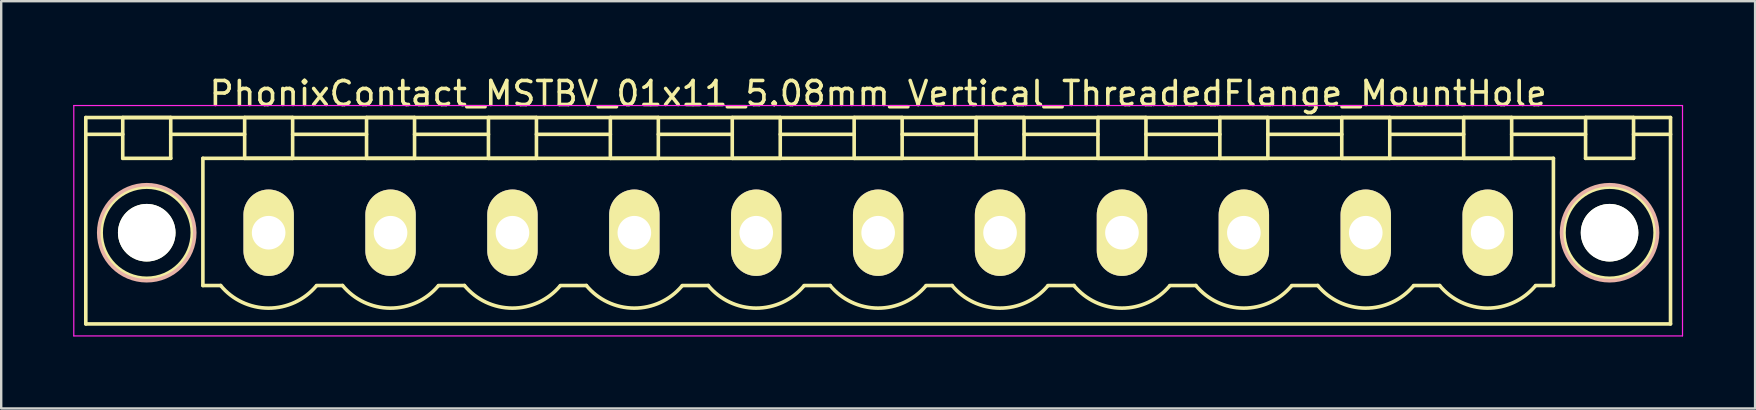
<source format=kicad_pcb>
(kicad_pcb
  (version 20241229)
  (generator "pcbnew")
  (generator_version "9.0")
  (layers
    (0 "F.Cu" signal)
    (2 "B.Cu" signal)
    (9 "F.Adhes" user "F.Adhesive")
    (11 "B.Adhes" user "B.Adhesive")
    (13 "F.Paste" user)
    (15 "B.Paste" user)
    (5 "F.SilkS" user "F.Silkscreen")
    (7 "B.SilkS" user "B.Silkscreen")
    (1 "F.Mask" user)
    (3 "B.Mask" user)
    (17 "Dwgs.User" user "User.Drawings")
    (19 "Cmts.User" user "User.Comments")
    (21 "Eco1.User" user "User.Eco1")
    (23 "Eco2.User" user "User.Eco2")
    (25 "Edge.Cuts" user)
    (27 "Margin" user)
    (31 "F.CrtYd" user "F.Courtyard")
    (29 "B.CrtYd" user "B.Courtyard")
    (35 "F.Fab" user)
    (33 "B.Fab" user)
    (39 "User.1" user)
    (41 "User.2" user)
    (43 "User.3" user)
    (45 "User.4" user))
  (footprint "PhonixContact_MSTBV_01x11_5.08mm_Vertical_ThreadedFlange_MountHole"
    (layer "F.Cu")
    (at 8.145 6.648)
    (property "Reference" "PhonixContact_MSTBV_01x11_5.08mm_Vertical_ThreadedFlange_MountHole" (at 25.4 -5.8 0) (layer "F.SilkS") (effects (font (size 1 1) (thickness 0.15))))
    (attr through_hole)
    (fp_line (start -7.62 -4.8) (end -7.62 3.8) (stroke (width 0.15) (type solid)) (layer "F.SilkS"))
    (fp_line (start -7.62 -4.1) (end -6.08 -4.1) (stroke (width 0.15) (type solid)) (layer "F.SilkS"))
    (fp_line (start -7.62 3.8) (end 58.42 3.8) (stroke (width 0.15) (type solid)) (layer "F.SilkS"))
    (fp_line (start -6.08 -4.8) (end -4.08 -4.8) (stroke (width 0.15) (type solid)) (layer "F.SilkS"))
    (fp_line (start -6.08 -3.1) (end -6.08 -4.8) (stroke (width 0.15) (type solid)) (layer "F.SilkS"))
    (fp_line (start -4.08 -4.8) (end -4.08 -3.1) (stroke (width 0.15) (type solid)) (layer "F.SilkS"))
    (fp_line (start -4.08 -4.1) (end -1 -4.1) (stroke (width 0.15) (type solid)) (layer "F.SilkS"))
    (fp_line (start -4.08 -3.1) (end -6.08 -3.1) (stroke (width 0.15) (type solid)) (layer "F.SilkS"))
    (fp_line (start -2.74 -3.1) (end 53.54 -3.1) (stroke (width 0.15) (type solid)) (layer "F.SilkS"))
    (fp_line (start -2.74 2.2) (end -2.74 -3.1) (stroke (width 0.15) (type solid)) (layer "F.SilkS"))
    (fp_line (start -2 2.2) (end -2.74 2.2) (stroke (width 0.15) (type solid)) (layer "F.SilkS"))
    (fp_line (start -1 -4.8) (end 1 -4.8) (stroke (width 0.15) (type solid)) (layer "F.SilkS"))
    (fp_line (start -1 -3.1) (end -1 -4.8) (stroke (width 0.15) (type solid)) (layer "F.SilkS"))
    (fp_line (start 1 -4.8) (end 1 -3.1) (stroke (width 0.15) (type solid)) (layer "F.SilkS"))
    (fp_line (start 1 -4.1) (end 4.08 -4.1) (stroke (width 0.15) (type solid)) (layer "F.SilkS"))
    (fp_line (start 1 -3.1) (end -1 -3.1) (stroke (width 0.15) (type solid)) (layer "F.SilkS"))
    (fp_line (start 2 2.2) (end 3.08 2.2) (stroke (width 0.15) (type solid)) (layer "F.SilkS"))
    (fp_line (start 4.08 -4.8) (end 6.08 -4.8) (stroke (width 0.15) (type solid)) (layer "F.SilkS"))
    (fp_line (start 4.08 -3.1) (end 4.08 -4.8) (stroke (width 0.15) (type solid)) (layer "F.SilkS"))
    (fp_line (start 6.08 -4.8) (end 6.08 -3.1) (stroke (width 0.15) (type solid)) (layer "F.SilkS"))
    (fp_line (start 6.08 -4.1) (end 9.16 -4.1) (stroke (width 0.15) (type solid)) (layer "F.SilkS"))
    (fp_line (start 6.08 -3.1) (end 4.08 -3.1) (stroke (width 0.15) (type solid)) (layer "F.SilkS"))
    (fp_line (start 7.08 2.2) (end 8.16 2.2) (stroke (width 0.15) (type solid)) (layer "F.SilkS"))
    (fp_line (start 9.16 -4.8) (end 11.16 -4.8) (stroke (width 0.15) (type solid)) (layer "F.SilkS"))
    (fp_line (start 9.16 -3.1) (end 9.16 -4.8) (stroke (width 0.15) (type solid)) (layer "F.SilkS"))
    (fp_line (start 11.16 -4.8) (end 11.16 -3.1) (stroke (width 0.15) (type solid)) (layer "F.SilkS"))
    (fp_line (start 11.16 -4.1) (end 14.24 -4.1) (stroke (width 0.15) (type solid)) (layer "F.SilkS"))
    (fp_line (start 11.16 -3.1) (end 9.16 -3.1) (stroke (width 0.15) (type solid)) (layer "F.SilkS"))
    (fp_line (start 12.16 2.2) (end 13.24 2.2) (stroke (width 0.15) (type solid)) (layer "F.SilkS"))
    (fp_line (start 14.24 -4.8) (end 16.24 -4.8) (stroke (width 0.15) (type solid)) (layer "F.SilkS"))
    (fp_line (start 14.24 -3.1) (end 14.24 -4.8) (stroke (width 0.15) (type solid)) (layer "F.SilkS"))
    (fp_line (start 16.24 -4.8) (end 16.24 -3.1) (stroke (width 0.15) (type solid)) (layer "F.SilkS"))
    (fp_line (start 16.24 -4.1) (end 19.32 -4.1) (stroke (width 0.15) (type solid)) (layer "F.SilkS"))
    (fp_line (start 16.24 -3.1) (end 14.24 -3.1) (stroke (width 0.15) (type solid)) (layer "F.SilkS"))
    (fp_line (start 17.24 2.2) (end 18.32 2.2) (stroke (width 0.15) (type solid)) (layer "F.SilkS"))
    (fp_line (start 19.32 -4.8) (end 21.32 -4.8) (stroke (width 0.15) (type solid)) (layer "F.SilkS"))
    (fp_line (start 19.32 -3.1) (end 19.32 -4.8) (stroke (width 0.15) (type solid)) (layer "F.SilkS"))
    (fp_line (start 21.32 -4.8) (end 21.32 -3.1) (stroke (width 0.15) (type solid)) (layer "F.SilkS"))
    (fp_line (start 21.32 -4.1) (end 24.4 -4.1) (stroke (width 0.15) (type solid)) (layer "F.SilkS"))
    (fp_line (start 21.32 -3.1) (end 19.32 -3.1) (stroke (width 0.15) (type solid)) (layer "F.SilkS"))
    (fp_line (start 22.32 2.2) (end 23.4 2.2) (stroke (width 0.15) (type solid)) (layer "F.SilkS"))
    (fp_line (start 24.4 -4.8) (end 26.4 -4.8) (stroke (width 0.15) (type solid)) (layer "F.SilkS"))
    (fp_line (start 24.4 -3.1) (end 24.4 -4.8) (stroke (width 0.15) (type solid)) (layer "F.SilkS"))
    (fp_line (start 26.4 -4.8) (end 26.4 -3.1) (stroke (width 0.15) (type solid)) (layer "F.SilkS"))
    (fp_line (start 26.4 -4.1) (end 29.48 -4.1) (stroke (width 0.15) (type solid)) (layer "F.SilkS"))
    (fp_line (start 26.4 -3.1) (end 24.4 -3.1) (stroke (width 0.15) (type solid)) (layer "F.SilkS"))
    (fp_line (start 27.4 2.2) (end 28.48 2.2) (stroke (width 0.15) (type solid)) (layer "F.SilkS"))
    (fp_line (start 29.48 -4.8) (end 31.48 -4.8) (stroke (width 0.15) (type solid)) (layer "F.SilkS"))
    (fp_line (start 29.48 -3.1) (end 29.48 -4.8) (stroke (width 0.15) (type solid)) (layer "F.SilkS"))
    (fp_line (start 31.48 -4.8) (end 31.48 -3.1) (stroke (width 0.15) (type solid)) (layer "F.SilkS"))
    (fp_line (start 31.48 -4.1) (end 34.56 -4.1) (stroke (width 0.15) (type solid)) (layer "F.SilkS"))
    (fp_line (start 31.48 -3.1) (end 29.48 -3.1) (stroke (width 0.15) (type solid)) (layer "F.SilkS"))
    (fp_line (start 32.48 2.2) (end 33.56 2.2) (stroke (width 0.15) (type solid)) (layer "F.SilkS"))
    (fp_line (start 34.56 -4.8) (end 36.56 -4.8) (stroke (width 0.15) (type solid)) (layer "F.SilkS"))
    (fp_line (start 34.56 -3.1) (end 34.56 -4.8) (stroke (width 0.15) (type solid)) (layer "F.SilkS"))
    (fp_line (start 36.56 -4.8) (end 36.56 -3.1) (stroke (width 0.15) (type solid)) (layer "F.SilkS"))
    (fp_line (start 36.56 -4.1) (end 39.64 -4.1) (stroke (width 0.15) (type solid)) (layer "F.SilkS"))
    (fp_line (start 36.56 -3.1) (end 34.56 -3.1) (stroke (width 0.15) (type solid)) (layer "F.SilkS"))
    (fp_line (start 37.56 2.2) (end 38.64 2.2) (stroke (width 0.15) (type solid)) (layer "F.SilkS"))
    (fp_line (start 39.64 -4.8) (end 41.64 -4.8) (stroke (width 0.15) (type solid)) (layer "F.SilkS"))
    (fp_line (start 39.64 -3.1) (end 39.64 -4.8) (stroke (width 0.15) (type solid)) (layer "F.SilkS"))
    (fp_line (start 41.64 -4.8) (end 41.64 -3.1) (stroke (width 0.15) (type solid)) (layer "F.SilkS"))
    (fp_line (start 41.64 -4.1) (end 44.72 -4.1) (stroke (width 0.15) (type solid)) (layer "F.SilkS"))
    (fp_line (start 41.64 -3.1) (end 39.64 -3.1) (stroke (width 0.15) (type solid)) (layer "F.SilkS"))
    (fp_line (start 42.64 2.2) (end 43.72 2.2) (stroke (width 0.15) (type solid)) (layer "F.SilkS"))
    (fp_line (start 44.72 -4.8) (end 46.72 -4.8) (stroke (width 0.15) (type solid)) (layer "F.SilkS"))
    (fp_line (start 44.72 -3.1) (end 44.72 -4.8) (stroke (width 0.15) (type solid)) (layer "F.SilkS"))
    (fp_line (start 46.72 -4.8) (end 46.72 -3.1) (stroke (width 0.15) (type solid)) (layer "F.SilkS"))
    (fp_line (start 46.72 -4.1) (end 49.8 -4.1) (stroke (width 0.15) (type solid)) (layer "F.SilkS"))
    (fp_line (start 46.72 -3.1) (end 44.72 -3.1) (stroke (width 0.15) (type solid)) (layer "F.SilkS"))
    (fp_line (start 47.72 2.2) (end 48.8 2.2) (stroke (width 0.15) (type solid)) (layer "F.SilkS"))
    (fp_line (start 49.8 -4.8) (end 51.8 -4.8) (stroke (width 0.15) (type solid)) (layer "F.SilkS"))
    (fp_line (start 49.8 -3.1) (end 49.8 -4.8) (stroke (width 0.15) (type solid)) (layer "F.SilkS"))
    (fp_line (start 51.8 -4.8) (end 51.8 -3.1) (stroke (width 0.15) (type solid)) (layer "F.SilkS"))
    (fp_line (start 51.8 -4.1) (end 54.88 -4.1) (stroke (width 0.15) (type solid)) (layer "F.SilkS"))
    (fp_line (start 51.8 -3.1) (end 49.8 -3.1) (stroke (width 0.15) (type solid)) (layer "F.SilkS"))
    (fp_line (start 53.54 -3.1) (end 53.54 2.2) (stroke (width 0.15) (type solid)) (layer "F.SilkS"))
    (fp_line (start 53.54 2.2) (end 52.8 2.2) (stroke (width 0.15) (type solid)) (layer "F.SilkS"))
    (fp_line (start 54.88 -4.8) (end 56.88 -4.8) (stroke (width 0.15) (type solid)) (layer "F.SilkS"))
    (fp_line (start 54.88 -3.1) (end 54.88 -4.8) (stroke (width 0.15) (type solid)) (layer "F.SilkS"))
    (fp_line (start 56.88 -4.8) (end 56.88 -3.1) (stroke (width 0.15) (type solid)) (layer "F.SilkS"))
    (fp_line (start 56.88 -3.1) (end 54.88 -3.1) (stroke (width 0.15) (type solid)) (layer "F.SilkS"))
    (fp_line (start 58.42 -4.8) (end -7.62 -4.8) (stroke (width 0.15) (type solid)) (layer "F.SilkS"))
    (fp_line (start 58.42 -4.1) (end 56.88 -4.1) (stroke (width 0.15) (type solid)) (layer "F.SilkS"))
    (fp_line (start 58.42 3.8) (end 58.42 -4.8) (stroke (width 0.15) (type solid)) (layer "F.SilkS"))
    (fp_arc (start 1.986842 2.215821) (mid -0.010289 3.142758) (end -2 2.2) (stroke (width 0.15) (type solid)) (layer "F.SilkS"))
    (fp_arc (start 7.066842 2.215821) (mid 5.069711 3.142758) (end 3.08 2.2) (stroke (width 0.15) (type solid)) (layer "F.SilkS"))
    (fp_arc (start 12.146842 2.215821) (mid 10.149711 3.142758) (end 8.16 2.2) (stroke (width 0.15) (type solid)) (layer "F.SilkS"))
    (fp_arc (start 17.226842 2.215821) (mid 15.229711 3.142758) (end 13.24 2.2) (stroke (width 0.15) (type solid)) (layer "F.SilkS"))
    (fp_arc (start 22.306842 2.215821) (mid 20.309711 3.142758) (end 18.32 2.2) (stroke (width 0.15) (type solid)) (layer "F.SilkS"))
    (fp_arc (start 27.386842 2.215821) (mid 25.389711 3.142758) (end 23.4 2.2) (stroke (width 0.15) (type solid)) (layer "F.SilkS"))
    (fp_arc (start 32.466842 2.215821) (mid 30.469711 3.142758) (end 28.48 2.2) (stroke (width 0.15) (type solid)) (layer "F.SilkS"))
    (fp_arc (start 37.546842 2.215821) (mid 35.549711 3.142758) (end 33.56 2.2) (stroke (width 0.15) (type solid)) (layer "F.SilkS"))
    (fp_arc (start 42.626842 2.215821) (mid 40.629711 3.142758) (end 38.64 2.2) (stroke (width 0.15) (type solid)) (layer "F.SilkS"))
    (fp_arc (start 47.706842 2.215821) (mid 45.709711 3.142758) (end 43.72 2.2) (stroke (width 0.15) (type solid)) (layer "F.SilkS"))
    (fp_arc (start 52.786842 2.215821) (mid 50.789711 3.142758) (end 48.8 2.2) (stroke (width 0.15) (type solid)) (layer "F.SilkS"))
    (fp_circle (center -5.08 0) (end -4.08 0) (stroke (width 0.15) (type solid)) (fill no) (layer "F.SilkS"))
    (fp_circle (center -5.08 0) (end -3.18 0) (stroke (width 0.15) (type solid)) (fill no) (layer "F.SilkS"))
    (fp_circle (center 55.88 0) (end 56.88 0) (stroke (width 0.15) (type solid)) (fill no) (layer "F.SilkS"))
    (fp_circle (center 55.88 0) (end 57.78 0) (stroke (width 0.15) (type solid)) (fill no) (layer "F.SilkS"))
    (fp_circle (center -5.08 0) (end -3.08 0) (stroke (width 0.15) (type solid)) (fill no) (layer "B.SilkS"))
    (fp_circle (center 55.88 0) (end 57.88 0) (stroke (width 0.15) (type solid)) (fill no) (layer "B.SilkS"))
    (fp_line (start -8.12 -5.3) (end -8.12 4.3) (stroke (width 0.05) (type solid)) (layer "F.CrtYd"))
    (fp_line (start -8.12 4.3) (end 58.92 4.3) (stroke (width 0.05) (type solid)) (layer "F.CrtYd"))
    (fp_line (start 58.92 -5.3) (end -8.12 -5.3) (stroke (width 0.05) (type solid)) (layer "F.CrtYd"))
    (fp_line (start 58.92 4.3) (end 58.92 -5.3) (stroke (width 0.05) (type solid)) (layer "F.CrtYd"))
    (pad "" np_thru_hole circle (at -5.08 0) (size 2.4 2.4) (drill 2.4) (layers "*.Cu" "*.Mask" "F.SilkS"))
    (pad "" np_thru_hole circle (at 55.88 0) (size 2.4 2.4) (drill 2.4) (layers "*.Cu" "*.Mask" "F.SilkS"))
    (pad "1" thru_hole oval (at 0 0) (size 2.1 3.6) (drill 1.4) (layers "*.Cu" "*.Mask" "F.SilkS"))
    (pad "2" thru_hole oval (at 5.08 0) (size 2.1 3.6) (drill 1.4) (layers "*.Cu" "*.Mask" "F.SilkS"))
    (pad "3" thru_hole oval (at 10.16 0) (size 2.1 3.6) (drill 1.4) (layers "*.Cu" "*.Mask" "F.SilkS"))
    (pad "4" thru_hole oval (at 15.24 0) (size 2.1 3.6) (drill 1.4) (layers "*.Cu" "*.Mask" "F.SilkS"))
    (pad "5" thru_hole oval (at 20.32 0) (size 2.1 3.6) (drill 1.4) (layers "*.Cu" "*.Mask" "F.SilkS"))
    (pad "6" thru_hole oval (at 25.4 0) (size 2.1 3.6) (drill 1.4) (layers "*.Cu" "*.Mask" "F.SilkS"))
    (pad "7" thru_hole oval (at 30.48 0) (size 2.1 3.6) (drill 1.4) (layers "*.Cu" "*.Mask" "F.SilkS"))
    (pad "8" thru_hole oval (at 35.56 0) (size 2.1 3.6) (drill 1.4) (layers "*.Cu" "*.Mask" "F.SilkS"))
    (pad "9" thru_hole oval (at 40.64 0) (size 2.1 3.6) (drill 1.4) (layers "*.Cu" "*.Mask" "F.SilkS"))
    (pad "10" thru_hole oval (at 45.72 0) (size 2.1 3.6) (drill 1.4) (layers "*.Cu" "*.Mask" "F.SilkS"))
    (pad "11" thru_hole oval (at 50.8 0) (size 2.1 3.6) (drill 1.4) (layers "*.Cu" "*.Mask" "F.SilkS")))
  (gr_rect
    (start -3 -3)
    (end 70.09 13.973)
    (stroke (width 0.1) (type default))
    (fill no)
    (layer "Edge.Cuts")))
</source>
